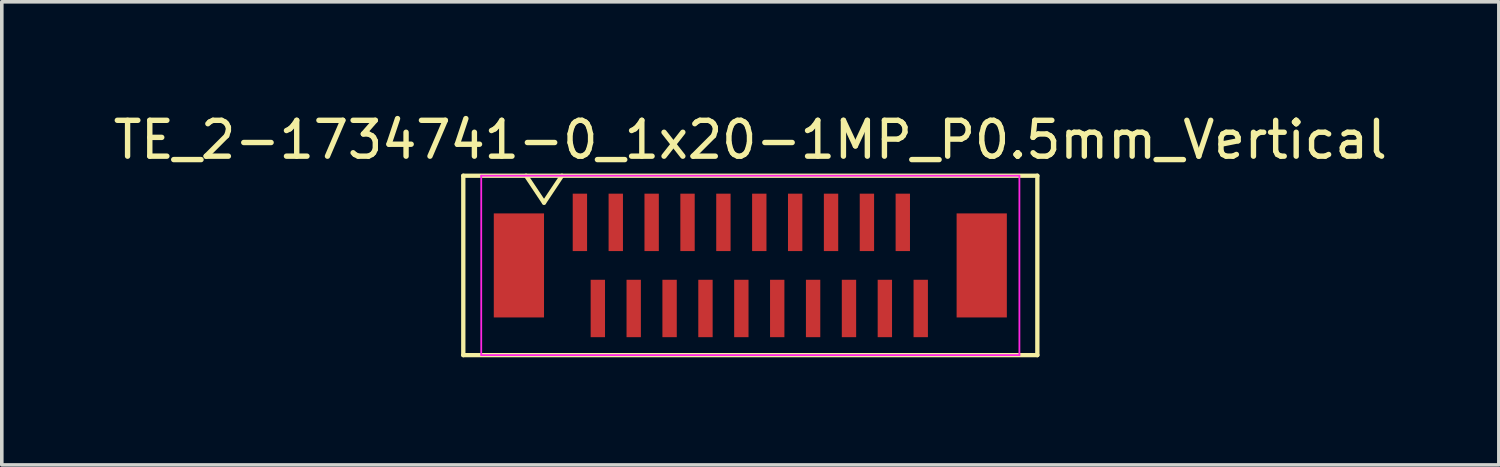
<source format=kicad_pcb>
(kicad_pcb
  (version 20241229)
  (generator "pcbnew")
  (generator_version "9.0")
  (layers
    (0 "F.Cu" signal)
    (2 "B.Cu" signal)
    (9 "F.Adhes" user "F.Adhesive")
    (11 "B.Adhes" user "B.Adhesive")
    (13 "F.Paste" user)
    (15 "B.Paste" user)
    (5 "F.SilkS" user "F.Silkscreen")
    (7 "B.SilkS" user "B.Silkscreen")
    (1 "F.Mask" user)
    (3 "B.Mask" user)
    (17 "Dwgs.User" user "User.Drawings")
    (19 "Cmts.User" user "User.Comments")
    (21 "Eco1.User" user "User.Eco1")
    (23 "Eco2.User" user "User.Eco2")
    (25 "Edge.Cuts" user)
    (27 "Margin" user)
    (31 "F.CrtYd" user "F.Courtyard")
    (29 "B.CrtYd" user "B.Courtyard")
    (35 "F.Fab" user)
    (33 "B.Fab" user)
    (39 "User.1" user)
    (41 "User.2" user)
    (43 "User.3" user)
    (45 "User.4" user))
  (footprint "TE_2-1734741-0_1x20-1MP_P0.5mm_Vertical"
    (layer "F.Cu")
    (at 17.863 4.348)
    (property "Reference" "TE_2-1734741-0_1x20-1MP_P0.5mm_Vertical" (at 0 -3.5 0) (layer "F.SilkS") (effects (font (size 1 1) (thickness 0.15))))
    (attr smd)
    (fp_line (start -8 -2.5) (end -8 2.5) (stroke (width 0.12) (type solid)) (layer "F.SilkS"))
    (fp_line (start -8 2.5) (end 8 2.5) (stroke (width 0.12) (type solid)) (layer "F.SilkS"))
    (fp_line (start -6.25 -2.5) (end -5.75 -1.75) (stroke (width 0.12) (type solid)) (layer "F.SilkS"))
    (fp_line (start -5.75 -1.75) (end -5.25 -2.5) (stroke (width 0.12) (type solid)) (layer "F.SilkS"))
    (fp_line (start 8 -2.5) (end -8 -2.5) (stroke (width 0.12) (type solid)) (layer "F.SilkS"))
    (fp_line (start 8 2.5) (end 8 -2.5) (stroke (width 0.12) (type solid)) (layer "F.SilkS"))
    (fp_line (start -7.5 -2.5) (end 7.5 -2.5) (stroke (width 0.05) (type solid)) (layer "F.CrtYd"))
    (fp_line (start -7.5 2.5) (end -7.5 -2.5) (stroke (width 0.05) (type solid)) (layer "F.CrtYd"))
    (fp_line (start 7.5 -2.5) (end 7.5 2.5) (stroke (width 0.05) (type solid)) (layer "F.CrtYd"))
    (fp_line (start 7.5 2.5) (end -7.5 2.5) (stroke (width 0.05) (type solid)) (layer "F.CrtYd"))
    (pad "1" smd rect (at -4.75 -1.2) (size 0.4 1.6) (layers "F.Cu" "F.Mask" "F.Paste"))
    (pad "2" smd rect (at -4.25 1.2) (size 0.4 1.6) (layers "F.Cu" "F.Mask" "F.Paste"))
    (pad "3" smd rect (at -3.75 -1.2) (size 0.4 1.6) (layers "F.Cu" "F.Mask" "F.Paste"))
    (pad "4" smd rect (at -3.25 1.2) (size 0.4 1.6) (layers "F.Cu" "F.Mask" "F.Paste"))
    (pad "5" smd rect (at -2.75 -1.2) (size 0.4 1.6) (layers "F.Cu" "F.Mask" "F.Paste"))
    (pad "6" smd rect (at -2.25 1.2) (size 0.4 1.6) (layers "F.Cu" "F.Mask" "F.Paste"))
    (pad "7" smd rect (at -1.75 -1.2) (size 0.4 1.6) (layers "F.Cu" "F.Mask" "F.Paste"))
    (pad "8" smd rect (at -1.25 1.2) (size 0.4 1.6) (layers "F.Cu" "F.Mask" "F.Paste"))
    (pad "9" smd rect (at -0.75 -1.2) (size 0.4 1.6) (layers "F.Cu" "F.Mask" "F.Paste"))
    (pad "10" smd rect (at -0.25 1.2) (size 0.4 1.6) (layers "F.Cu" "F.Mask" "F.Paste"))
    (pad "11" smd rect (at 0.25 -1.2) (size 0.4 1.6) (layers "F.Cu" "F.Mask" "F.Paste"))
    (pad "12" smd rect (at 0.75 1.2) (size 0.4 1.6) (layers "F.Cu" "F.Mask" "F.Paste"))
    (pad "13" smd rect (at 1.25 -1.2) (size 0.4 1.6) (layers "F.Cu" "F.Mask" "F.Paste"))
    (pad "14" smd rect (at 1.75 1.2) (size 0.4 1.6) (layers "F.Cu" "F.Mask" "F.Paste"))
    (pad "15" smd rect (at 2.25 -1.2) (size 0.4 1.6) (layers "F.Cu" "F.Mask" "F.Paste"))
    (pad "16" smd rect (at 2.75 1.2) (size 0.4 1.6) (layers "F.Cu" "F.Mask" "F.Paste"))
    (pad "17" smd rect (at 3.25 -1.2) (size 0.4 1.6) (layers "F.Cu" "F.Mask" "F.Paste"))
    (pad "18" smd rect (at 3.75 1.2) (size 0.4 1.6) (layers "F.Cu" "F.Mask" "F.Paste"))
    (pad "19" smd rect (at 4.25 -1.2) (size 0.4 1.6) (layers "F.Cu" "F.Mask" "F.Paste"))
    (pad "20" smd rect (at 4.75 1.2) (size 0.4 1.6) (layers "F.Cu" "F.Mask" "F.Paste"))
    (pad "MP" smd rect (at -6.45 0) (size 1.4 2.9) (layers "F.Cu" "F.Mask" "F.Paste"))
    (pad "MP" smd rect (at 6.45 0 180) (size 1.4 2.9) (layers "F.Cu" "F.Mask" "F.Paste")))
  (gr_rect
    (start -3 -3)
    (end 38.726 9.908)
    (stroke (width 0.1) (type default))
    (fill no)
    (layer "Edge.Cuts")))
</source>
